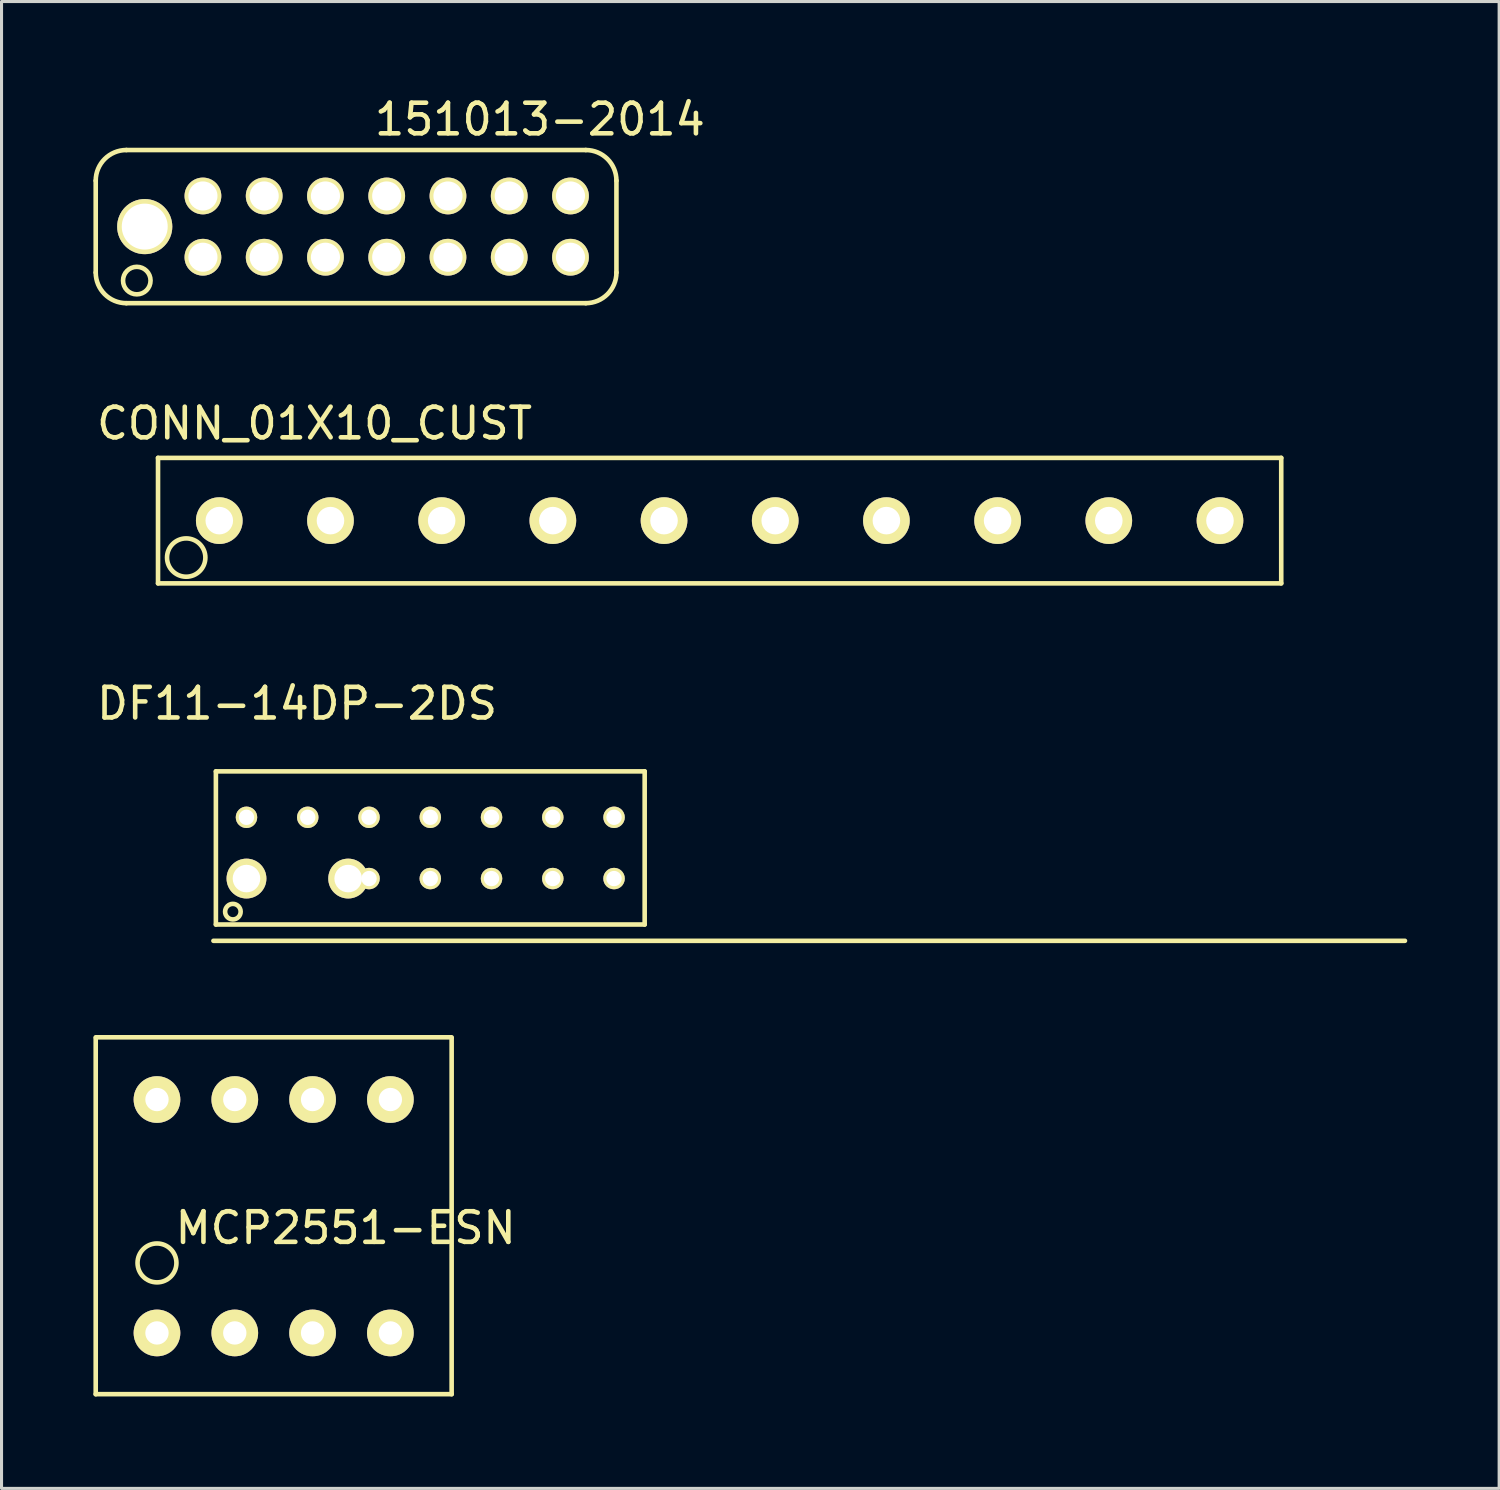
<source format=kicad_pcb>
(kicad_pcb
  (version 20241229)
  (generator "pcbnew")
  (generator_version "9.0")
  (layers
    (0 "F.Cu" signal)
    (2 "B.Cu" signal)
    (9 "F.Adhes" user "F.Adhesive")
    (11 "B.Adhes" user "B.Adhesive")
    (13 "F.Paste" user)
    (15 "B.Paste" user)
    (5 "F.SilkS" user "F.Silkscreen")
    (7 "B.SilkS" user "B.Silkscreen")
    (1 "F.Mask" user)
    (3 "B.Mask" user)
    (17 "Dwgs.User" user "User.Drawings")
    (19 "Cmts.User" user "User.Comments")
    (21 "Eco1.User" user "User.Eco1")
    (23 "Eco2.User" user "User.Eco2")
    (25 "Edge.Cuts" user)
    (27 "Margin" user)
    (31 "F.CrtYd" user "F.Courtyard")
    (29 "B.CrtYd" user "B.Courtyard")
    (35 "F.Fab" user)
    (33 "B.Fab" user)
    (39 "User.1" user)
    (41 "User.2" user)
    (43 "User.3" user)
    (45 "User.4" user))
  (footprint "CONN_01X10_CUST"
    (layer "F.Cu")
    (at 2.026 11.813)
    (property "Reference" "CONN_01X10_CUST" (at 5.194 -1.041 0) (layer "F.SilkS") (effects (font (size 1 1) (thickness 0.15))))
    (attr through_hole)
    (fp_line (start 0.083 0.086) (end 0.083 4.182) (stroke (width 0.15) (type solid)) (layer "F.SilkS"))
    (fp_line (start 0.083 0.086) (end 36.753 0.086) (stroke (width 0.15) (type solid)) (layer "F.SilkS"))
    (fp_line (start 0.083 4.182) (end 36.753 4.182) (stroke (width 0.15) (type solid)) (layer "F.SilkS"))
    (fp_line (start 36.753 0.086) (end 36.753 4.182) (stroke (width 0.15) (type solid)) (layer "F.SilkS"))
    (fp_circle (center 1.003 3.34) (end 1.575 3.086) (stroke (width 0.15) (type solid)) (fill no) (layer "F.SilkS"))
    (pad "1" thru_hole circle (at 2.083 2.134) (size 1.524 1.524) (drill 0.9) (layers "*.Cu" "*.Mask" "F.SilkS"))
    (pad "2" thru_hole circle (at 5.713 2.134) (size 1.524 1.524) (drill 0.9) (layers "*.Cu" "*.Mask" "F.SilkS"))
    (pad "3" thru_hole circle (at 9.343 2.134) (size 1.524 1.524) (drill 0.9) (layers "*.Cu" "*.Mask" "F.SilkS"))
    (pad "4" thru_hole circle (at 12.973 2.134) (size 1.524 1.524) (drill 0.9) (layers "*.Cu" "*.Mask" "F.SilkS"))
    (pad "5" thru_hole circle (at 16.603 2.134) (size 1.524 1.524) (drill 0.9) (layers "*.Cu" "*.Mask" "F.SilkS" "B.Adhes"))
    (pad "6" thru_hole circle (at 20.233 2.134) (size 1.524 1.524) (drill 0.9) (layers "*.Cu" "*.Mask" "F.SilkS" "B.Adhes"))
    (pad "7" thru_hole circle (at 23.863 2.134) (size 1.524 1.524) (drill 0.9) (layers "*.Cu" "*.Mask" "F.SilkS"))
    (pad "8" thru_hole circle (at 27.493 2.134) (size 1.524 1.524) (drill 0.9) (layers "*.Cu" "*.Mask" "F.SilkS"))
    (pad "9" thru_hole circle (at 31.123 2.134) (size 1.524 1.524) (drill 0.9) (layers "*.Cu" "*.Mask" "F.SilkS"))
    (pad "10" thru_hole circle (at 34.753 2.134) (size 1.524 1.524) (drill 0.9) (layers "*.Cu" "*.Mask" "F.SilkS")))
  (footprint "DF11-14DP-2DS"
    (layer "F.Cu")
    (at 3.918 22.077)
    (property "Reference" "DF11-14DP-2DS" (at 2.731 -2.159 0) (layer "F.SilkS") (effects (font (size 1 1) (thickness 0.15))))
    (attr through_hole)
    (fp_line (start 0 5.588) (end 38.9 5.588) (stroke (width 0.15) (type solid)) (layer "F.SilkS"))
    (fp_line (start 0.08 0.056) (end 0.08 5.056) (stroke (width 0.15) (type solid)) (layer "F.SilkS"))
    (fp_line (start 0.08 0.056) (end 14.079 0.056) (stroke (width 0.15) (type solid)) (layer "F.SilkS"))
    (fp_line (start 0.08 5.056) (end 14.079 5.056) (stroke (width 0.15) (type solid)) (layer "F.SilkS"))
    (fp_line (start 14.079 0.056) (end 14.079 5.056) (stroke (width 0.15) (type solid)) (layer "F.SilkS"))
    (fp_circle (center 0.635 4.636) (end 0.889 4.636) (stroke (width 0.15) (type solid)) (fill no) (layer "F.SilkS"))
    (pad "1" thru_hole circle (at 1.079 3.556) (size 1.3 1.3) (drill 0.9) (layers "*.Cu" "*.Mask" "F.SilkS"))
    (pad "2" thru_hole circle (at 4.399 3.556) (size 1.3 1.3) (drill 0.9) (layers "*.Cu" "*.Mask" "F.SilkS"))
    (pad "3" thru_hole circle (at 5.08 3.556) (size 0.7 0.7) (drill 0.5) (layers "*.Cu" "*.Mask" "F.SilkS"))
    (pad "4" thru_hole circle (at 7.08 3.556) (size 0.7 0.7) (drill 0.5) (layers "*.Cu" "*.Mask" "F.SilkS"))
    (pad "5" thru_hole circle (at 9.079 3.556) (size 0.7 0.7) (drill 0.5) (layers "*.Cu" "*.Mask" "F.SilkS"))
    (pad "6" thru_hole circle (at 11.079 3.556) (size 0.7 0.7) (drill 0.5) (layers "*.Cu" "*.Mask" "F.SilkS"))
    (pad "7" thru_hole circle (at 13.079 3.556) (size 0.7 0.7) (drill 0.5) (layers "*.Cu" "*.Mask" "F.SilkS"))
    (pad "8" thru_hole circle (at 13.079 1.556) (size 0.7 0.7) (drill 0.5) (layers "*.Cu" "*.Mask" "F.SilkS"))
    (pad "9" thru_hole circle (at 11.079 1.556) (size 0.7 0.7) (drill 0.5) (layers "*.Cu" "*.Mask" "F.SilkS"))
    (pad "10" thru_hole circle (at 9.079 1.556) (size 0.7 0.7) (drill 0.5) (layers "*.Cu" "*.Mask" "F.SilkS"))
    (pad "11" thru_hole circle (at 7.08 1.556) (size 0.7 0.7) (drill 0.5) (layers "*.Cu" "*.Mask" "F.SilkS"))
    (pad "12" thru_hole circle (at 5.08 1.556) (size 0.7 0.7) (drill 0.5) (layers "*.Cu" "*.Mask" "F.SilkS"))
    (pad "13" thru_hole circle (at 3.079 1.556) (size 0.7 0.7) (drill 0.5) (layers "*.Cu" "*.Mask" "F.SilkS"))
    (pad "14" thru_hole circle (at 1.079 1.556) (size 0.7 0.7) (drill 0.5) (layers "*.Cu" "*.Mask" "F.SilkS")))
  (footprint "151013-2014"
    (layer "F.Cu")
    (at 3.575 5.348)
    (property "Reference" "151013-2014" (at 11 -4.5 0) (layer "F.SilkS") (effects (font (size 1 1) (thickness 0.15))))
    (attr through_hole)
    (fp_line (start -3.5 -2.5) (end -3.5 0.5) (stroke (width 0.15) (type solid)) (layer "F.SilkS"))
    (fp_line (start -2.5 1.5) (end 12.5 1.5) (stroke (width 0.15) (type solid)) (layer "F.SilkS"))
    (fp_line (start 12.5 -3.5) (end -2.5 -3.5) (stroke (width 0.15) (type solid)) (layer "F.SilkS"))
    (fp_line (start 13.5 0.5) (end 13.5 -2.5) (stroke (width 0.15) (type solid)) (layer "F.SilkS"))
    (fp_arc (start -3.5 -2.5) (mid -3.207107 -3.207107) (end -2.5 -3.5) (stroke (width 0.15) (type solid)) (layer "F.SilkS"))
    (fp_arc (start -2.5 1.5) (mid -3.207107 1.207107) (end -3.5 0.5) (stroke (width 0.15) (type solid)) (layer "F.SilkS"))
    (fp_arc (start 12.5 -3.5) (mid 13.207107 -3.207107) (end 13.5 -2.5) (stroke (width 0.15) (type solid)) (layer "F.SilkS"))
    (fp_arc (start 13.5 0.5) (mid 13.207107 1.207107) (end 12.5 1.5) (stroke (width 0.15) (type solid)) (layer "F.SilkS"))
    (fp_circle (center -2.159 0.762) (end -1.714 0.699) (stroke (width 0.15) (type solid)) (fill no) (layer "F.SilkS"))
    (pad "" thru_hole circle (at -1.9 -1) (size 1.8 1.8) (drill 1.5) (layers "*.Cu" "*.Mask" "F.SilkS"))
    (pad "1" thru_hole circle (at 0 0) (size 1.2 1.2) (drill 0.95) (layers "*.Cu" "*.Mask" "F.SilkS"))
    (pad "2" thru_hole circle (at 2 0) (size 1.2 1.2) (drill 0.95) (layers "*.Cu" "*.Mask" "F.SilkS"))
    (pad "3" thru_hole circle (at 4 0) (size 1.2 1.2) (drill 0.95) (layers "*.Cu" "*.Mask" "F.SilkS"))
    (pad "4" thru_hole circle (at 6 0) (size 1.2 1.2) (drill 0.95) (layers "*.Cu" "*.Mask" "F.SilkS"))
    (pad "5" thru_hole circle (at 8 0) (size 1.2 1.2) (drill 0.95) (layers "*.Cu" "*.Mask" "F.SilkS"))
    (pad "6" thru_hole circle (at 10 0) (size 1.2 1.2) (drill 0.95) (layers "*.Cu" "*.Mask" "F.SilkS"))
    (pad "7" thru_hole circle (at 12 0) (size 1.2 1.2) (drill 0.95) (layers "*.Cu" "*.Mask" "F.SilkS"))
    (pad "8" thru_hole circle (at 12 -2) (size 1.2 1.2) (drill 0.95) (layers "*.Cu" "*.Mask" "F.SilkS"))
    (pad "9" thru_hole circle (at 10 -2) (size 1.2 1.2) (drill 0.95) (layers "*.Cu" "*.Mask" "F.SilkS"))
    (pad "10" thru_hole circle (at 8 -2) (size 1.2 1.2) (drill 0.95) (layers "*.Cu" "*.Mask" "F.SilkS"))
    (pad "11" thru_hole circle (at 6 -2) (size 1.2 1.2) (drill 0.95) (layers "*.Cu" "*.Mask" "F.SilkS"))
    (pad "12" thru_hole circle (at 4 -2) (size 1.2 1.2) (drill 0.95) (layers "*.Cu" "*.Mask" "F.SilkS"))
    (pad "13" thru_hole circle (at 2 -2) (size 1.2 1.2) (drill 0.95) (layers "*.Cu" "*.Mask" "F.SilkS"))
    (pad "14" thru_hole circle (at 0 -2) (size 1.2 1.2) (drill 0.95) (layers "*.Cu" "*.Mask" "F.SilkS")))
  (footprint "MCP2551-ESN"
    (layer "F.Cu")
    (at 2.075 40.467)
    (property "Reference" "MCP2551-ESN" (at 6.16 -3.429 0) (layer "F.SilkS") (effects (font (size 1 1) (thickness 0.15))))
    (attr through_hole)
    (fp_line (start -2 -9.652) (end 9.62 -9.652) (stroke (width 0.15) (type solid)) (layer "F.SilkS"))
    (fp_line (start -2 2) (end -2 -9.62) (stroke (width 0.15) (type solid)) (layer "F.SilkS"))
    (fp_line (start -2 2) (end 9.62 2) (stroke (width 0.15) (type solid)) (layer "F.SilkS"))
    (fp_line (start 9.62 2) (end 9.62 -9.62) (stroke (width 0.15) (type solid)) (layer "F.SilkS"))
    (fp_circle (center 0 -2.286) (end 0.635 -2.286) (stroke (width 0.15) (type solid)) (fill no) (layer "F.SilkS"))
    (pad "1" thru_hole circle (at 0 0) (size 1.524 1.524) (drill 0.762) (layers "*.Cu" "*.Mask" "F.SilkS"))
    (pad "2" thru_hole circle (at 2.54 0) (size 1.524 1.524) (drill 0.762) (layers "*.Cu" "*.Mask" "F.SilkS"))
    (pad "3" thru_hole circle (at 5.08 0) (size 1.524 1.524) (drill 0.762) (layers "*.Cu" "*.Mask" "F.SilkS"))
    (pad "4" thru_hole circle (at 7.62 0) (size 1.524 1.524) (drill 0.762) (layers "*.Cu" "*.Mask" "F.SilkS"))
    (pad "5" thru_hole circle (at 7.62 -7.62) (size 1.524 1.524) (drill 0.762) (layers "*.Cu" "*.Mask" "F.SilkS"))
    (pad "6" thru_hole circle (at 5.08 -7.62) (size 1.524 1.524) (drill 0.762) (layers "*.Cu" "*.Mask" "F.SilkS"))
    (pad "7" thru_hole circle (at 2.54 -7.62) (size 1.524 1.524) (drill 0.762) (layers "*.Cu" "*.Mask" "F.SilkS"))
    (pad "8" thru_hole circle (at 0 -7.62) (size 1.524 1.524) (drill 0.762) (layers "*.Cu" "*.Mask" "F.SilkS")))
  (gr_rect
    (start -3 -3)
    (end 45.893 45.542)
    (stroke (width 0.1) (type default))
    (fill no)
    (layer "Edge.Cuts")))
</source>
